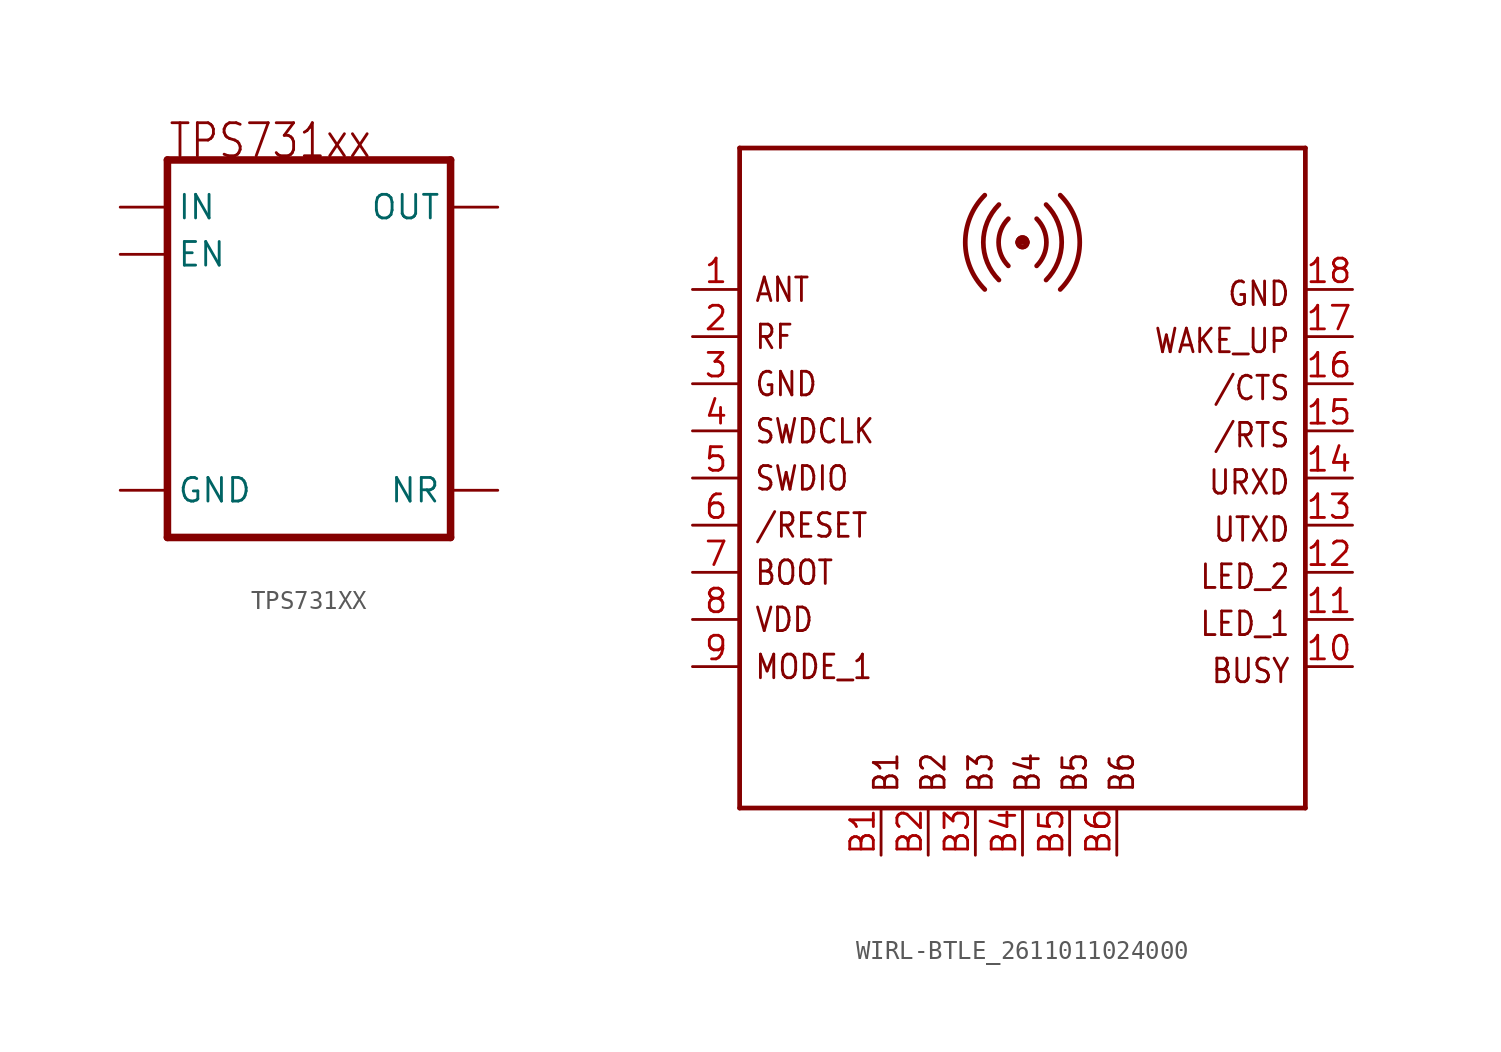
<source format=kicad_sym>
(kicad_symbol_lib
  (version 20231120)
  (generator "kicad_symbol_editor")
  (generator_version "8.0")
  (symbol "TPS731XX"
    (property "Reference" ""
      (at 0 0 0)
      (effects (font (size 1.27 1.27)) (hide yes)))
    (property "ki_locked" ""
      (at 0 0 0)
      (effects (font (size 1.27 1.27))))
    (symbol "TPS731XX_1_0"
      (polyline (pts (xy -7.62 -10.16) (xy 7.62 -10.16)) (stroke (width 0.406) (type solid)) (fill (type none)))
      (polyline (pts (xy -7.62 10.16) (xy -7.62 -10.16)) (stroke (width 0.406) (type solid)) (fill (type none)))
      (polyline (pts (xy 7.62 -10.16) (xy 7.62 10.16)) (stroke (width 0.406) (type solid)) (fill (type none)))
      (polyline (pts (xy 7.62 10.16) (xy -7.62 10.16)) (stroke (width 0.406) (type solid)) (fill (type none)))
      (text "TPS731xx" (at -7.62 10.16 0) (effects (font (size 1.778 1.511)) (justify left bottom)))
      (pin input line (at -10.16 7.62 0) (length 2.54) (name "IN" (effects (font (size 1.27 1.27)))) (number "1" (effects (font (size 0 0)))))
      (pin input line (at -10.16 -7.62 0) (length 2.54) (name "GND" (effects (font (size 1.27 1.27)))) (number "2" (effects (font (size 0 0)))))
      (pin input line (at -10.16 5.08 0) (length 2.54) (name "EN" (effects (font (size 1.27 1.27)))) (number "3" (effects (font (size 0 0)))))
      (pin passive line (at 10.16 -7.62 180) (length 2.54) (name "NR" (effects (font (size 1.27 1.27)))) (number "4" (effects (font (size 0 0)))))
      (pin output line (at 10.16 7.62 180) (length 2.54) (name "OUT" (effects (font (size 1.27 1.27)))) (number "5" (effects (font (size 0 0)))))))
  (symbol "WIRL-BTLE_2611011024000"
    (property "Reference" "MOD"
      (at 15.24 -20.32 0)
      (effects (font (size 1.27 1.079)) (justify right bottom) (hide yes)))
    (property "ki_locked" ""
      (at 0 0 0)
      (effects (font (size 1.27 1.27))))
    (symbol "WIRL-BTLE_2611011024000_1_0"
      (arc (start -2.032 15.24) (mid -3.0841 12.7) (end -2.032 10.16) (stroke (width 0.254) (type solid)) (fill (type none)))
      (arc (start -1.27 14.732) (mid -2.1117 12.7) (end -1.27 10.668) (stroke (width 0.254) (type solid)) (fill (type none)))
      (arc (start -0.762 13.97) (mid -1.2881 12.7) (end -0.762 11.43) (stroke (width 0.254) (type solid)) (fill (type none)))
      (polyline (pts (xy -15.24 -17.78) (xy 15.24 -17.78)) (stroke (width 0.254) (type solid)) (fill (type none)))
      (polyline (pts (xy -15.24 17.78) (xy -15.24 -17.78)) (stroke (width 0.254) (type solid)) (fill (type none)))
      (polyline (pts (xy 0.254 12.7) (xy -0.254 12.7)) (stroke (width 0.254) (type solid)) (fill (type none)))
      (polyline (pts (xy 15.24 -17.78) (xy 15.24 17.78)) (stroke (width 0.254) (type solid)) (fill (type none)))
      (polyline (pts (xy 15.24 17.78) (xy -15.24 17.78)) (stroke (width 0.254) (type solid)) (fill (type none)))
      (circle (center 0 12.7) (radius 0.254) (stroke (width 0.254) (type solid)) (fill (type none)))
      (circle (center 0 12.7) (radius 0.254) (stroke (width 0.254) (type solid)) (fill (type none)))
      (arc (start 0.762 11.43) (mid 1.2881 12.7) (end 0.762 13.97) (stroke (width 0.254) (type solid)) (fill (type none)))
      (arc (start 1.27 10.668) (mid 2.1117 12.7) (end 1.27 14.732) (stroke (width 0.254) (type solid)) (fill (type none)))
      (arc (start 2.032 10.16) (mid 3.0841 12.7) (end 2.032 15.24) (stroke (width 0.254) (type solid)) (fill (type none)))
      (text "/CTS" (at 14.478 5.588 0) (effects (font (size 1.27 1.079)) (justify right top)))
      (text "/RESET" (at -14.478 -3.302 0) (effects (font (size 1.27 1.079)) (justify left bottom)))
      (text "/RTS" (at 14.478 3.048 0) (effects (font (size 1.27 1.079)) (justify right top)))
      (text "ANT" (at -14.478 9.398 0) (effects (font (size 1.27 1.079)) (justify left bottom)))
      (text "B1" (at -6.604 -17.018 900) (effects (font (size 1.27 1.079)) (justify left bottom)))
      (text "B2" (at -4.064 -17.018 900) (effects (font (size 1.27 1.079)) (justify left bottom)))
      (text "B3" (at -1.524 -17.018 900) (effects (font (size 1.27 1.079)) (justify left bottom)))
      (text "B4" (at 1.016 -17.018 900) (effects (font (size 1.27 1.079)) (justify left bottom)))
      (text "B5" (at 3.556 -17.018 900) (effects (font (size 1.27 1.079)) (justify left bottom)))
      (text "B6" (at 6.096 -17.018 900) (effects (font (size 1.27 1.079)) (justify left bottom)))
      (text "BOOT" (at -14.478 -5.842 0) (effects (font (size 1.27 1.079)) (justify left bottom)))
      (text "BUSY" (at 14.478 -9.652 0) (effects (font (size 1.27 1.079)) (justify right top)))
      (text "GND" (at -14.478 4.318 0) (effects (font (size 1.27 1.079)) (justify left bottom)))
      (text "GND" (at 14.478 10.668 0) (effects (font (size 1.27 1.079)) (justify right top)))
      (text "LED_1" (at 14.478 -7.112 0) (effects (font (size 1.27 1.079)) (justify right top)))
      (text "LED_2" (at 14.478 -4.572 0) (effects (font (size 1.27 1.079)) (justify right top)))
      (text "MODE_1" (at -14.478 -10.922 0) (effects (font (size 1.27 1.079)) (justify left bottom)))
      (text "RF" (at -14.478 6.858 0) (effects (font (size 1.27 1.079)) (justify left bottom)))
      (text "SWDCLK" (at -14.478 1.778 0) (effects (font (size 1.27 1.079)) (justify left bottom)))
      (text "SWDIO" (at -14.478 -0.762 0) (effects (font (size 1.27 1.079)) (justify left bottom)))
      (text "URXD" (at 14.478 0.508 0) (effects (font (size 1.27 1.079)) (justify right top)))
      (text "UTXD" (at 14.478 -2.032 0) (effects (font (size 1.27 1.079)) (justify right top)))
      (text "VDD" (at -14.478 -8.382 0) (effects (font (size 1.27 1.079)) (justify left bottom)))
      (text "WAKE_UP" (at 14.478 8.128 0) (effects (font (size 1.27 1.079)) (justify right top)))
      (pin bidirectional line (at -17.78 10.16 0) (length 2.54) (name "1" (effects (font (size 0 0)))) (number "1" (effects (font (size 1.27 1.27)))))
      (pin bidirectional line (at 17.78 -10.16 180) (length 2.54) (name "10" (effects (font (size 0 0)))) (number "10" (effects (font (size 1.27 1.27)))))
      (pin bidirectional line (at 17.78 -7.62 180) (length 2.54) (name "11" (effects (font (size 0 0)))) (number "11" (effects (font (size 1.27 1.27)))))
      (pin bidirectional line (at 17.78 -5.08 180) (length 2.54) (name "12" (effects (font (size 0 0)))) (number "12" (effects (font (size 1.27 1.27)))))
      (pin bidirectional line (at 17.78 -2.54 180) (length 2.54) (name "13" (effects (font (size 0 0)))) (number "13" (effects (font (size 1.27 1.27)))))
      (pin bidirectional line (at 17.78 0 180) (length 2.54) (name "14" (effects (font (size 0 0)))) (number "14" (effects (font (size 1.27 1.27)))))
      (pin bidirectional line (at 17.78 2.54 180) (length 2.54) (name "15" (effects (font (size 0 0)))) (number "15" (effects (font (size 1.27 1.27)))))
      (pin bidirectional line (at 17.78 5.08 180) (length 2.54) (name "16" (effects (font (size 0 0)))) (number "16" (effects (font (size 1.27 1.27)))))
      (pin bidirectional line (at 17.78 7.62 180) (length 2.54) (name "17" (effects (font (size 0 0)))) (number "17" (effects (font (size 1.27 1.27)))))
      (pin bidirectional line (at 17.78 10.16 180) (length 2.54) (name "18" (effects (font (size 0 0)))) (number "18" (effects (font (size 1.27 1.27)))))
      (pin bidirectional line (at -17.78 7.62 0) (length 2.54) (name "2" (effects (font (size 0 0)))) (number "2" (effects (font (size 1.27 1.27)))))
      (pin bidirectional line (at -17.78 5.08 0) (length 2.54) (name "3" (effects (font (size 0 0)))) (number "3" (effects (font (size 1.27 1.27)))))
      (pin bidirectional line (at -17.78 2.54 0) (length 2.54) (name "4" (effects (font (size 0 0)))) (number "4" (effects (font (size 1.27 1.27)))))
      (pin bidirectional line (at -17.78 0 0) (length 2.54) (name "5" (effects (font (size 0 0)))) (number "5" (effects (font (size 1.27 1.27)))))
      (pin bidirectional line (at -17.78 -2.54 0) (length 2.54) (name "6" (effects (font (size 0 0)))) (number "6" (effects (font (size 1.27 1.27)))))
      (pin bidirectional line (at -17.78 -5.08 0) (length 2.54) (name "7" (effects (font (size 0 0)))) (number "7" (effects (font (size 1.27 1.27)))))
      (pin bidirectional line (at -17.78 -7.62 0) (length 2.54) (name "8" (effects (font (size 0 0)))) (number "8" (effects (font (size 1.27 1.27)))))
      (pin bidirectional line (at -17.78 -10.16 0) (length 2.54) (name "9" (effects (font (size 0 0)))) (number "9" (effects (font (size 1.27 1.27)))))
      (pin bidirectional line (at -7.62 -20.32 90) (length 2.54) (name "B1" (effects (font (size 0 0)))) (number "B1" (effects (font (size 1.27 1.27)))))
      (pin bidirectional line (at -5.08 -20.32 90) (length 2.54) (name "B2" (effects (font (size 0 0)))) (number "B2" (effects (font (size 1.27 1.27)))))
      (pin bidirectional line (at -2.54 -20.32 90) (length 2.54) (name "B3" (effects (font (size 0 0)))) (number "B3" (effects (font (size 1.27 1.27)))))
      (pin bidirectional line (at 0 -20.32 90) (length 2.54) (name "B4" (effects (font (size 0 0)))) (number "B4" (effects (font (size 1.27 1.27)))))
      (pin bidirectional line (at 2.54 -20.32 90) (length 2.54) (name "B5" (effects (font (size 0 0)))) (number "B5" (effects (font (size 1.27 1.27)))))
      (pin bidirectional line (at 5.08 -20.32 90) (length 2.54) (name "B6" (effects (font (size 0 0)))) (number "B6" (effects (font (size 1.27 1.27))))))))
</source>
